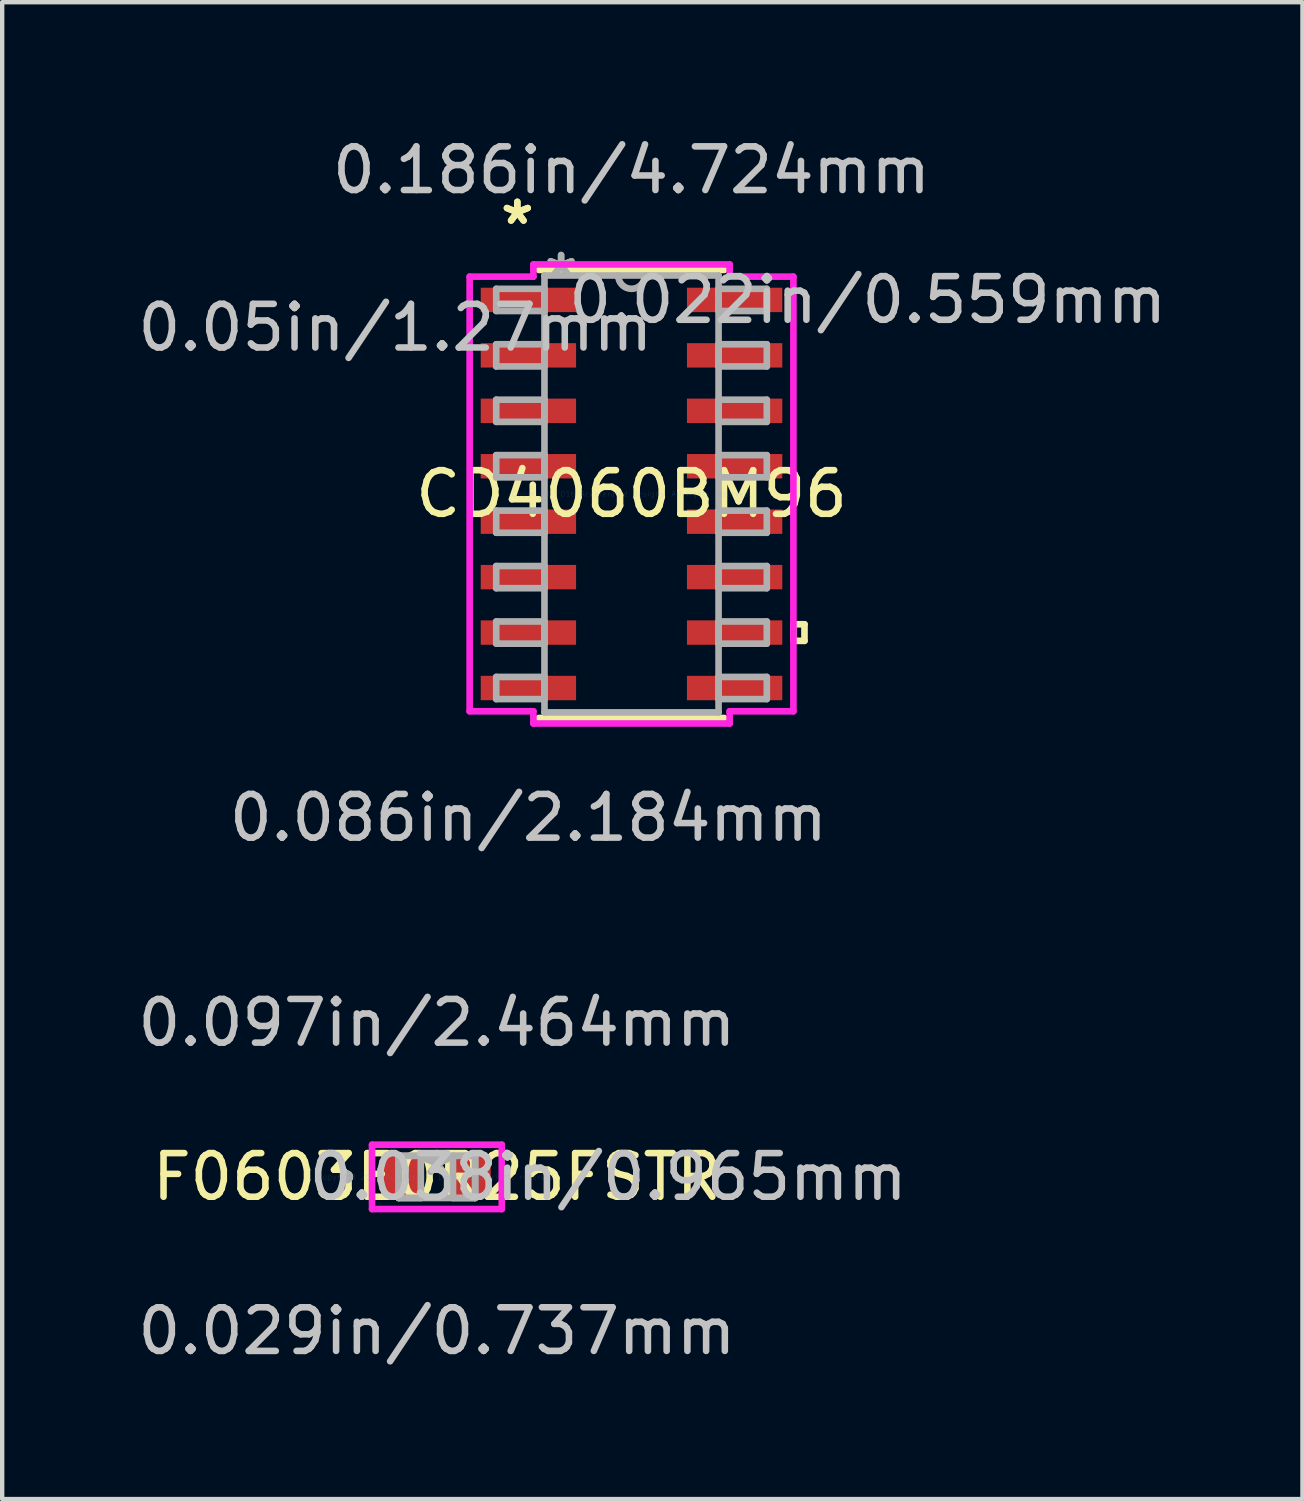
<source format=kicad_pcb>
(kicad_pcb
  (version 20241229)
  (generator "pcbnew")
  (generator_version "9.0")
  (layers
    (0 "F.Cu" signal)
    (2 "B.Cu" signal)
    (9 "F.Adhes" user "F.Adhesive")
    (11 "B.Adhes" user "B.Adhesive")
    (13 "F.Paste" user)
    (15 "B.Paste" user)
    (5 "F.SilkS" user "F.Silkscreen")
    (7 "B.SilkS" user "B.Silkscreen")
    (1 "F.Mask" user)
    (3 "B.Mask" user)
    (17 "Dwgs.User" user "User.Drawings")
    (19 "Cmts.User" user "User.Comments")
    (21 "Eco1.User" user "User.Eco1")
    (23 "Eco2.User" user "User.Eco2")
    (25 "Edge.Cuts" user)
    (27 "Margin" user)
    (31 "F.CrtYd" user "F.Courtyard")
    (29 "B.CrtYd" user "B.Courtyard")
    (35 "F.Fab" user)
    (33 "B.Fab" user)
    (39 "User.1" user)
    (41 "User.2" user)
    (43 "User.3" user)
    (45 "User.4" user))
  (footprint "F0603E0R25FSTR"
    (layer "F.Cu")
    (at 6.958 23.909)
    (property "Reference" "F0603E0R25FSTR" (at 0 0 0) (layer "F.SilkS") (effects (font (size 1 1) (thickness 0.15))))
    (attr through_hole)
    (fp_circle (center -2.07 0) (end -1.994 0) (stroke (width 0.152) (type solid)) (fill no) (layer "F.SilkS"))
    (fp_line (start -1.486 -0.737) (end 1.486 -0.737) (stroke (width 0.152) (type solid)) (layer "F.CrtYd"))
    (fp_line (start -1.486 0.737) (end -1.486 -0.737) (stroke (width 0.152) (type solid)) (layer "F.CrtYd"))
    (fp_line (start 1.486 -0.737) (end 1.486 0.737) (stroke (width 0.152) (type solid)) (layer "F.CrtYd"))
    (fp_line (start 1.486 0.737) (end -1.486 0.737) (stroke (width 0.152) (type solid)) (layer "F.CrtYd"))
    (fp_line (start -0.876 -0.483) (end -0.876 0.483) (stroke (width 0.152) (type solid)) (layer "F.Fab"))
    (fp_line (start -0.876 -0.483) (end -0.876 0.483) (stroke (width 0.152) (type solid)) (layer "F.Fab"))
    (fp_line (start -0.876 0.483) (end -0.368 0.483) (stroke (width 0.152) (type solid)) (layer "F.Fab"))
    (fp_line (start -0.876 0.483) (end 0.876 0.483) (stroke (width 0.152) (type solid)) (layer "F.Fab"))
    (fp_line (start -0.368 -0.483) (end -0.876 -0.483) (stroke (width 0.152) (type solid)) (layer "F.Fab"))
    (fp_line (start -0.368 0.483) (end -0.368 -0.483) (stroke (width 0.152) (type solid)) (layer "F.Fab"))
    (fp_line (start 0.368 -0.483) (end 0.368 0.483) (stroke (width 0.152) (type solid)) (layer "F.Fab"))
    (fp_line (start 0.368 0.483) (end 0.876 0.483) (stroke (width 0.152) (type solid)) (layer "F.Fab"))
    (fp_line (start 0.876 -0.483) (end -0.876 -0.483) (stroke (width 0.152) (type solid)) (layer "F.Fab"))
    (fp_line (start 0.876 -0.483) (end 0.368 -0.483) (stroke (width 0.152) (type solid)) (layer "F.Fab"))
    (fp_line (start 0.876 0.483) (end 0.876 -0.483) (stroke (width 0.152) (type solid)) (layer "F.Fab"))
    (fp_line (start 0.876 0.483) (end 0.876 -0.483) (stroke (width 0.152) (type solid)) (layer "F.Fab"))
    (fp_circle (center -2.07 0) (end -1.994 0) (stroke (width 0.152) (type solid)) (fill no) (layer "F.Fab"))
    (fp_text user "*" (at 0 0 0) (layer "F.SilkS") (effects (font (size 1 1) (thickness 0.15))))
    (fp_text user "0.038in/0.965mm" (at 3.924 0 0) (layer "Dwgs.User") (effects (font (size 1 1) (thickness 0.15))))
    (fp_text user "0.097in/2.464mm" (at 0 -3.531 0) (layer "Dwgs.User") (effects (font (size 1 1) (thickness 0.15))))
    (fp_text user "0.029in/0.737mm" (at 0 3.531 0) (layer "Dwgs.User") (effects (font (size 1 1) (thickness 0.15))))
    (fp_text user "Copyright 2016 Accelerated Designs. All rights reserved." (at 0 0 0) (layer "Cmts.User") (effects (font (size 0.127 0.127) (thickness 0.002))))
    (fp_text user "*" (at 0 0 0) (layer "F.Fab") (effects (font (size 1 1) (thickness 0.15))))
    (pad "1" smd rect (at -0.8 0) (size 0.864 0.965) (layers "F.Cu" "F.Mask" "F.Paste"))
    (pad "2" smd rect (at 0.8 0) (size 0.864 0.965) (layers "F.Cu" "F.Mask" "F.Paste")))
  (footprint "CD4060BM96"
    (layer "F.Cu")
    (at 11.416 8.265)
    (property "Reference" "CD4060BM96" (at 0 0 0) (layer "F.SilkS") (effects (font (size 1 1) (thickness 0.15))))
    (attr through_hole)
    (fp_line (start -2.121 5.131) (end 2.121 5.131) (stroke (width 0.152) (type solid)) (layer "F.SilkS"))
    (fp_line (start 2.121 -5.131) (end -2.121 -5.131) (stroke (width 0.152) (type solid)) (layer "F.SilkS"))
    (fp_line (start 3.708 2.985) (end 3.962 2.985) (stroke (width 0.152) (type solid)) (layer "F.SilkS"))
    (fp_line (start 3.708 3.365) (end 3.708 2.985) (stroke (width 0.152) (type solid)) (layer "F.SilkS"))
    (fp_line (start 3.962 2.985) (end 3.962 3.365) (stroke (width 0.152) (type solid)) (layer "F.SilkS"))
    (fp_line (start 3.962 3.365) (end 3.708 3.365) (stroke (width 0.152) (type solid)) (layer "F.SilkS"))
    (fp_line (start -3.708 -4.978) (end -2.248 -4.978) (stroke (width 0.152) (type solid)) (layer "F.CrtYd"))
    (fp_line (start -3.708 4.978) (end -3.708 -4.978) (stroke (width 0.152) (type solid)) (layer "F.CrtYd"))
    (fp_line (start -2.248 -5.258) (end 2.248 -5.258) (stroke (width 0.152) (type solid)) (layer "F.CrtYd"))
    (fp_line (start -2.248 -4.978) (end -2.248 -5.258) (stroke (width 0.152) (type solid)) (layer "F.CrtYd"))
    (fp_line (start -2.248 4.978) (end -3.708 4.978) (stroke (width 0.152) (type solid)) (layer "F.CrtYd"))
    (fp_line (start -2.248 5.258) (end -2.248 4.978) (stroke (width 0.152) (type solid)) (layer "F.CrtYd"))
    (fp_line (start 2.248 -5.258) (end 2.248 -4.978) (stroke (width 0.152) (type solid)) (layer "F.CrtYd"))
    (fp_line (start 2.248 -4.978) (end 3.708 -4.978) (stroke (width 0.152) (type solid)) (layer "F.CrtYd"))
    (fp_line (start 2.248 4.978) (end 2.248 5.258) (stroke (width 0.152) (type solid)) (layer "F.CrtYd"))
    (fp_line (start 2.248 5.258) (end -2.248 5.258) (stroke (width 0.152) (type solid)) (layer "F.CrtYd"))
    (fp_line (start 3.708 -4.978) (end 3.708 4.978) (stroke (width 0.152) (type solid)) (layer "F.CrtYd"))
    (fp_line (start 3.708 4.978) (end 2.248 4.978) (stroke (width 0.152) (type solid)) (layer "F.CrtYd"))
    (fp_line (start -3.099 -4.699) (end -3.099 -4.191) (stroke (width 0.152) (type solid)) (layer "F.Fab"))
    (fp_line (start -3.099 -4.191) (end -1.994 -4.191) (stroke (width 0.152) (type solid)) (layer "F.Fab"))
    (fp_line (start -3.099 -3.429) (end -3.099 -2.921) (stroke (width 0.152) (type solid)) (layer "F.Fab"))
    (fp_line (start -3.099 -2.921) (end -1.994 -2.921) (stroke (width 0.152) (type solid)) (layer "F.Fab"))
    (fp_line (start -3.099 -2.159) (end -3.099 -1.651) (stroke (width 0.152) (type solid)) (layer "F.Fab"))
    (fp_line (start -3.099 -1.651) (end -1.994 -1.651) (stroke (width 0.152) (type solid)) (layer "F.Fab"))
    (fp_line (start -3.099 -0.889) (end -3.099 -0.381) (stroke (width 0.152) (type solid)) (layer "F.Fab"))
    (fp_line (start -3.099 -0.381) (end -1.994 -0.381) (stroke (width 0.152) (type solid)) (layer "F.Fab"))
    (fp_line (start -3.099 0.381) (end -3.099 0.889) (stroke (width 0.152) (type solid)) (layer "F.Fab"))
    (fp_line (start -3.099 0.889) (end -1.994 0.889) (stroke (width 0.152) (type solid)) (layer "F.Fab"))
    (fp_line (start -3.099 1.651) (end -3.099 2.159) (stroke (width 0.152) (type solid)) (layer "F.Fab"))
    (fp_line (start -3.099 2.159) (end -1.994 2.159) (stroke (width 0.152) (type solid)) (layer "F.Fab"))
    (fp_line (start -3.099 2.921) (end -3.099 3.429) (stroke (width 0.152) (type solid)) (layer "F.Fab"))
    (fp_line (start -3.099 3.429) (end -1.994 3.429) (stroke (width 0.152) (type solid)) (layer "F.Fab"))
    (fp_line (start -3.099 4.191) (end -3.099 4.699) (stroke (width 0.152) (type solid)) (layer "F.Fab"))
    (fp_line (start -3.099 4.699) (end -1.994 4.699) (stroke (width 0.152) (type solid)) (layer "F.Fab"))
    (fp_line (start -1.994 -5.004) (end -1.994 5.004) (stroke (width 0.152) (type solid)) (layer "F.Fab"))
    (fp_line (start -1.994 -4.699) (end -3.099 -4.699) (stroke (width 0.152) (type solid)) (layer "F.Fab"))
    (fp_line (start -1.994 -4.191) (end -1.994 -4.699) (stroke (width 0.152) (type solid)) (layer "F.Fab"))
    (fp_line (start -1.994 -3.429) (end -3.099 -3.429) (stroke (width 0.152) (type solid)) (layer "F.Fab"))
    (fp_line (start -1.994 -2.921) (end -1.994 -3.429) (stroke (width 0.152) (type solid)) (layer "F.Fab"))
    (fp_line (start -1.994 -2.159) (end -3.099 -2.159) (stroke (width 0.152) (type solid)) (layer "F.Fab"))
    (fp_line (start -1.994 -1.651) (end -1.994 -2.159) (stroke (width 0.152) (type solid)) (layer "F.Fab"))
    (fp_line (start -1.994 -0.889) (end -3.099 -0.889) (stroke (width 0.152) (type solid)) (layer "F.Fab"))
    (fp_line (start -1.994 -0.381) (end -1.994 -0.889) (stroke (width 0.152) (type solid)) (layer "F.Fab"))
    (fp_line (start -1.994 0.381) (end -3.099 0.381) (stroke (width 0.152) (type solid)) (layer "F.Fab"))
    (fp_line (start -1.994 0.889) (end -1.994 0.381) (stroke (width 0.152) (type solid)) (layer "F.Fab"))
    (fp_line (start -1.994 1.651) (end -3.099 1.651) (stroke (width 0.152) (type solid)) (layer "F.Fab"))
    (fp_line (start -1.994 2.159) (end -1.994 1.651) (stroke (width 0.152) (type solid)) (layer "F.Fab"))
    (fp_line (start -1.994 2.921) (end -3.099 2.921) (stroke (width 0.152) (type solid)) (layer "F.Fab"))
    (fp_line (start -1.994 3.429) (end -1.994 2.921) (stroke (width 0.152) (type solid)) (layer "F.Fab"))
    (fp_line (start -1.994 4.191) (end -3.099 4.191) (stroke (width 0.152) (type solid)) (layer "F.Fab"))
    (fp_line (start -1.994 4.699) (end -1.994 4.191) (stroke (width 0.152) (type solid)) (layer "F.Fab"))
    (fp_line (start -1.994 5.004) (end 1.994 5.004) (stroke (width 0.152) (type solid)) (layer "F.Fab"))
    (fp_line (start 1.994 -5.004) (end -1.994 -5.004) (stroke (width 0.152) (type solid)) (layer "F.Fab"))
    (fp_line (start 1.994 -4.699) (end 1.994 -4.191) (stroke (width 0.152) (type solid)) (layer "F.Fab"))
    (fp_line (start 1.994 -4.191) (end 3.099 -4.191) (stroke (width 0.152) (type solid)) (layer "F.Fab"))
    (fp_line (start 1.994 -3.429) (end 1.994 -2.921) (stroke (width 0.152) (type solid)) (layer "F.Fab"))
    (fp_line (start 1.994 -2.921) (end 3.099 -2.921) (stroke (width 0.152) (type solid)) (layer "F.Fab"))
    (fp_line (start 1.994 -2.159) (end 1.994 -1.651) (stroke (width 0.152) (type solid)) (layer "F.Fab"))
    (fp_line (start 1.994 -1.651) (end 3.099 -1.651) (stroke (width 0.152) (type solid)) (layer "F.Fab"))
    (fp_line (start 1.994 -0.889) (end 1.994 -0.381) (stroke (width 0.152) (type solid)) (layer "F.Fab"))
    (fp_line (start 1.994 -0.381) (end 3.099 -0.381) (stroke (width 0.152) (type solid)) (layer "F.Fab"))
    (fp_line (start 1.994 0.381) (end 1.994 0.889) (stroke (width 0.152) (type solid)) (layer "F.Fab"))
    (fp_line (start 1.994 0.889) (end 3.099 0.889) (stroke (width 0.152) (type solid)) (layer "F.Fab"))
    (fp_line (start 1.994 1.651) (end 1.994 2.159) (stroke (width 0.152) (type solid)) (layer "F.Fab"))
    (fp_line (start 1.994 2.159) (end 3.099 2.159) (stroke (width 0.152) (type solid)) (layer "F.Fab"))
    (fp_line (start 1.994 2.921) (end 1.994 3.429) (stroke (width 0.152) (type solid)) (layer "F.Fab"))
    (fp_line (start 1.994 3.429) (end 3.099 3.429) (stroke (width 0.152) (type solid)) (layer "F.Fab"))
    (fp_line (start 1.994 4.191) (end 1.994 4.699) (stroke (width 0.152) (type solid)) (layer "F.Fab"))
    (fp_line (start 1.994 4.699) (end 3.099 4.699) (stroke (width 0.152) (type solid)) (layer "F.Fab"))
    (fp_line (start 1.994 5.004) (end 1.994 -5.004) (stroke (width 0.152) (type solid)) (layer "F.Fab"))
    (fp_line (start 3.099 -4.699) (end 1.994 -4.699) (stroke (width 0.152) (type solid)) (layer "F.Fab"))
    (fp_line (start 3.099 -4.191) (end 3.099 -4.699) (stroke (width 0.152) (type solid)) (layer "F.Fab"))
    (fp_line (start 3.099 -3.429) (end 1.994 -3.429) (stroke (width 0.152) (type solid)) (layer "F.Fab"))
    (fp_line (start 3.099 -2.921) (end 3.099 -3.429) (stroke (width 0.152) (type solid)) (layer "F.Fab"))
    (fp_line (start 3.099 -2.159) (end 1.994 -2.159) (stroke (width 0.152) (type solid)) (layer "F.Fab"))
    (fp_line (start 3.099 -1.651) (end 3.099 -2.159) (stroke (width 0.152) (type solid)) (layer "F.Fab"))
    (fp_line (start 3.099 -0.889) (end 1.994 -0.889) (stroke (width 0.152) (type solid)) (layer "F.Fab"))
    (fp_line (start 3.099 -0.381) (end 3.099 -0.889) (stroke (width 0.152) (type solid)) (layer "F.Fab"))
    (fp_line (start 3.099 0.381) (end 1.994 0.381) (stroke (width 0.152) (type solid)) (layer "F.Fab"))
    (fp_line (start 3.099 0.889) (end 3.099 0.381) (stroke (width 0.152) (type solid)) (layer "F.Fab"))
    (fp_line (start 3.099 1.651) (end 1.994 1.651) (stroke (width 0.152) (type solid)) (layer "F.Fab"))
    (fp_line (start 3.099 2.159) (end 3.099 1.651) (stroke (width 0.152) (type solid)) (layer "F.Fab"))
    (fp_line (start 3.099 2.921) (end 1.994 2.921) (stroke (width 0.152) (type solid)) (layer "F.Fab"))
    (fp_line (start 3.099 3.429) (end 3.099 2.921) (stroke (width 0.152) (type solid)) (layer "F.Fab"))
    (fp_line (start 3.099 4.191) (end 1.994 4.191) (stroke (width 0.152) (type solid)) (layer "F.Fab"))
    (fp_line (start 3.099 4.699) (end 3.099 4.191) (stroke (width 0.152) (type solid)) (layer "F.Fab"))
    (fp_arc (start 0.3048 -5.0038) (mid 0 -4.699) (end -0.3048 -5.0038) (stroke (width 0.1524) (type solid)) (layer "F.Fab"))
    (fp_text user "*" (at -2.616 -6.147 0) (layer "F.SilkS") (effects (font (size 1 1) (thickness 0.15))))
    (fp_text user "*" (at -2.616 -6.147 0) (layer "F.SilkS") (effects (font (size 1 1) (thickness 0.15))))
    (fp_text user "0.186in/4.724mm" (at 0 -7.417 0) (layer "Dwgs.User") (effects (font (size 1 1) (thickness 0.15))))
    (fp_text user "0.022in/0.559mm" (at 5.41 -4.445 0) (layer "Dwgs.User") (effects (font (size 1 1) (thickness 0.15))))
    (fp_text user "0.05in/1.27mm" (at -5.41 -3.81 0) (layer "Dwgs.User") (effects (font (size 1 1) (thickness 0.15))))
    (fp_text user "0.086in/2.184mm" (at -2.362 7.417 0) (layer "Dwgs.User") (effects (font (size 1 1) (thickness 0.15))))
    (fp_text user "Copyright 2016 Accelerated Designs. All rights reserved." (at 0 0 0) (layer "Cmts.User") (effects (font (size 0.127 0.127) (thickness 0.002))))
    (fp_text user "*" (at -1.613 -4.928 0) (layer "F.Fab") (effects (font (size 1 1) (thickness 0.15))))
    (fp_text user "*" (at -1.613 -4.928 0) (layer "F.Fab") (effects (font (size 1 1) (thickness 0.15))))
    (pad "1" smd rect (at -2.362 -4.445) (size 2.184 0.559) (layers "F.Cu" "F.Mask" "F.Paste"))
    (pad "2" smd rect (at -2.362 -3.175) (size 2.184 0.559) (layers "F.Cu" "F.Mask" "F.Paste"))
    (pad "3" smd rect (at -2.362 -1.905) (size 2.184 0.559) (layers "F.Cu" "F.Mask" "F.Paste"))
    (pad "4" smd rect (at -2.362 -0.635) (size 2.184 0.559) (layers "F.Cu" "F.Mask" "F.Paste"))
    (pad "5" smd rect (at -2.362 0.635) (size 2.184 0.559) (layers "F.Cu" "F.Mask" "F.Paste"))
    (pad "6" smd rect (at -2.362 1.905) (size 2.184 0.559) (layers "F.Cu" "F.Mask" "F.Paste"))
    (pad "7" smd rect (at -2.362 3.175) (size 2.184 0.559) (layers "F.Cu" "F.Mask" "F.Paste"))
    (pad "8" smd rect (at -2.362 4.445) (size 2.184 0.559) (layers "F.Cu" "F.Mask" "F.Paste"))
    (pad "9" smd rect (at 2.362 4.445) (size 2.184 0.559) (layers "F.Cu" "F.Mask" "F.Paste"))
    (pad "10" smd rect (at 2.362 3.175) (size 2.184 0.559) (layers "F.Cu" "F.Mask" "F.Paste"))
    (pad "11" smd rect (at 2.362 1.905) (size 2.184 0.559) (layers "F.Cu" "F.Mask" "F.Paste"))
    (pad "12" smd rect (at 2.362 0.635) (size 2.184 0.559) (layers "F.Cu" "F.Mask" "F.Paste"))
    (pad "13" smd rect (at 2.362 -0.635) (size 2.184 0.559) (layers "F.Cu" "F.Mask" "F.Paste"))
    (pad "14" smd rect (at 2.362 -1.905) (size 2.184 0.559) (layers "F.Cu" "F.Mask" "F.Paste"))
    (pad "15" smd rect (at 2.362 -3.175) (size 2.184 0.559) (layers "F.Cu" "F.Mask" "F.Paste"))
    (pad "16" smd rect (at 2.362 -4.445) (size 2.184 0.559) (layers "F.Cu" "F.Mask" "F.Paste")))
  (gr_rect
    (start -3 -3)
    (end 26.785 31.288)
    (stroke (width 0.1) (type default))
    (fill no)
    (layer "Edge.Cuts")))
</source>
